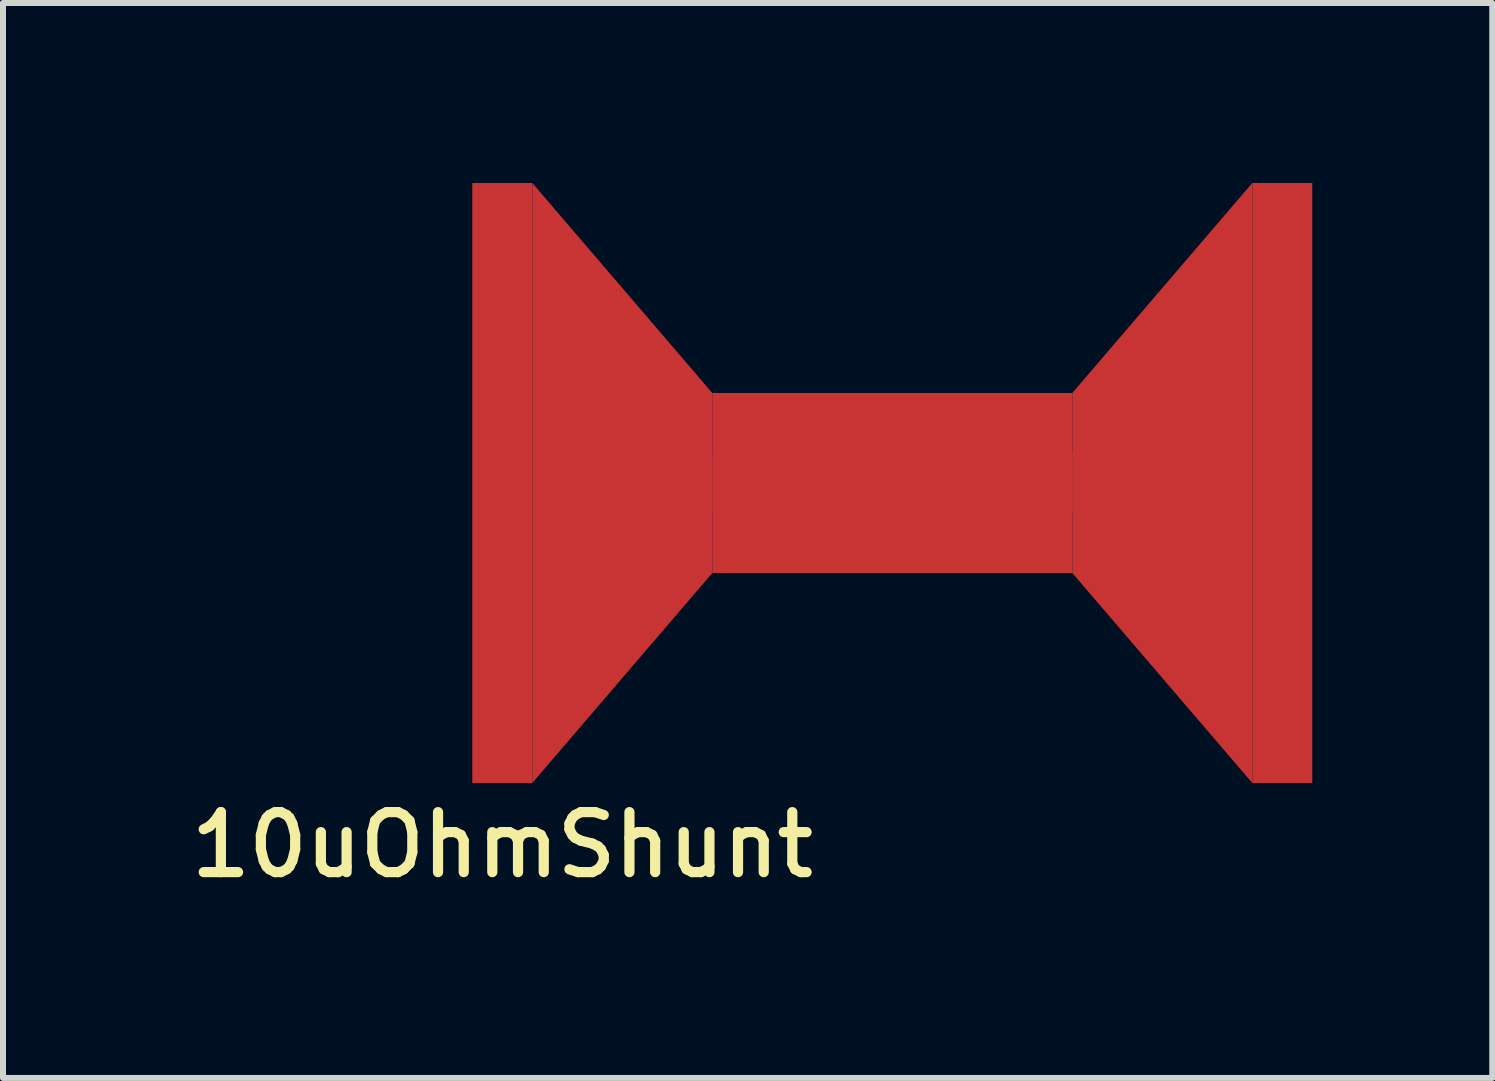
<source format=kicad_pcb>
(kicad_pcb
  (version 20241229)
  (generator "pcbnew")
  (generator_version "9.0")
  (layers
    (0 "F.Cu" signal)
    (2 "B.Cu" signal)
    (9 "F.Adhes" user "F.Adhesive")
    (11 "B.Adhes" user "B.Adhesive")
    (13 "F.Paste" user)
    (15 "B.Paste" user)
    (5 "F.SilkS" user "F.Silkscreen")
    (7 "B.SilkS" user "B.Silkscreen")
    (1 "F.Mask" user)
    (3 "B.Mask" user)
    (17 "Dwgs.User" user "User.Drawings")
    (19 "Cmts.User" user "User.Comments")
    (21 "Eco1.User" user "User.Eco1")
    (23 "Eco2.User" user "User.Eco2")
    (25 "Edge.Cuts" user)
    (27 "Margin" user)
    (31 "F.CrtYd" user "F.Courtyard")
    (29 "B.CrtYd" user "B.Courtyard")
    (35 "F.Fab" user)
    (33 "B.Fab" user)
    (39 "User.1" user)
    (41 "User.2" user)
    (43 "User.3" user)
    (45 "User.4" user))
  (footprint "10uOhmShunt"
    (layer "F.Cu")
    (at 5.322 5)
    (property "Reference" "10uOhmShunt" (at 0 6.032 0) (layer "F.SilkS") (effects (font (size 1 1) (thickness 0.17))))
    (attr through_hole)
    (fp_poly (pts (xy 3.5 -1.5) (xy 3.5 1.5) (xy 0.5 5) (xy 0.5 -5)) (stroke (width 0) (type solid)) (fill yes) (layer "F.Cu"))
    (fp_poly (pts (xy 3.5 -1.5) (xy 3.5 1.5) (xy 9.5 1.5) (xy 9.5 -1.5)) (stroke (width 0) (type solid)) (fill yes) (layer "F.Cu"))
    (fp_poly (pts (xy 9.5 -1.5) (xy 9.5 1.5) (xy 12.5 5) (xy 12.5 -5)) (stroke (width 0) (type solid)) (fill yes) (layer "F.Cu"))
    (pad "1" smd rect (at 0 0) (size 1 10) (layers "F.Cu" "F.Mask" "F.Paste"))
    (pad "2" smd rect (at 3 0) (size 1 1) (layers "F.Cu" "F.Mask" "F.Paste"))
    (pad "3" smd rect (at 10 0) (size 1 1) (layers "F.Cu" "F.Mask" "F.Paste"))
    (pad "4" smd rect (at 13 0) (size 1 10) (layers "F.Cu" "F.Mask" "F.Paste")))
  (gr_rect
    (start -3 -3)
    (end 21.822 14.916)
    (stroke (width 0.1) (type default))
    (fill no)
    (layer "Edge.Cuts")))
</source>
